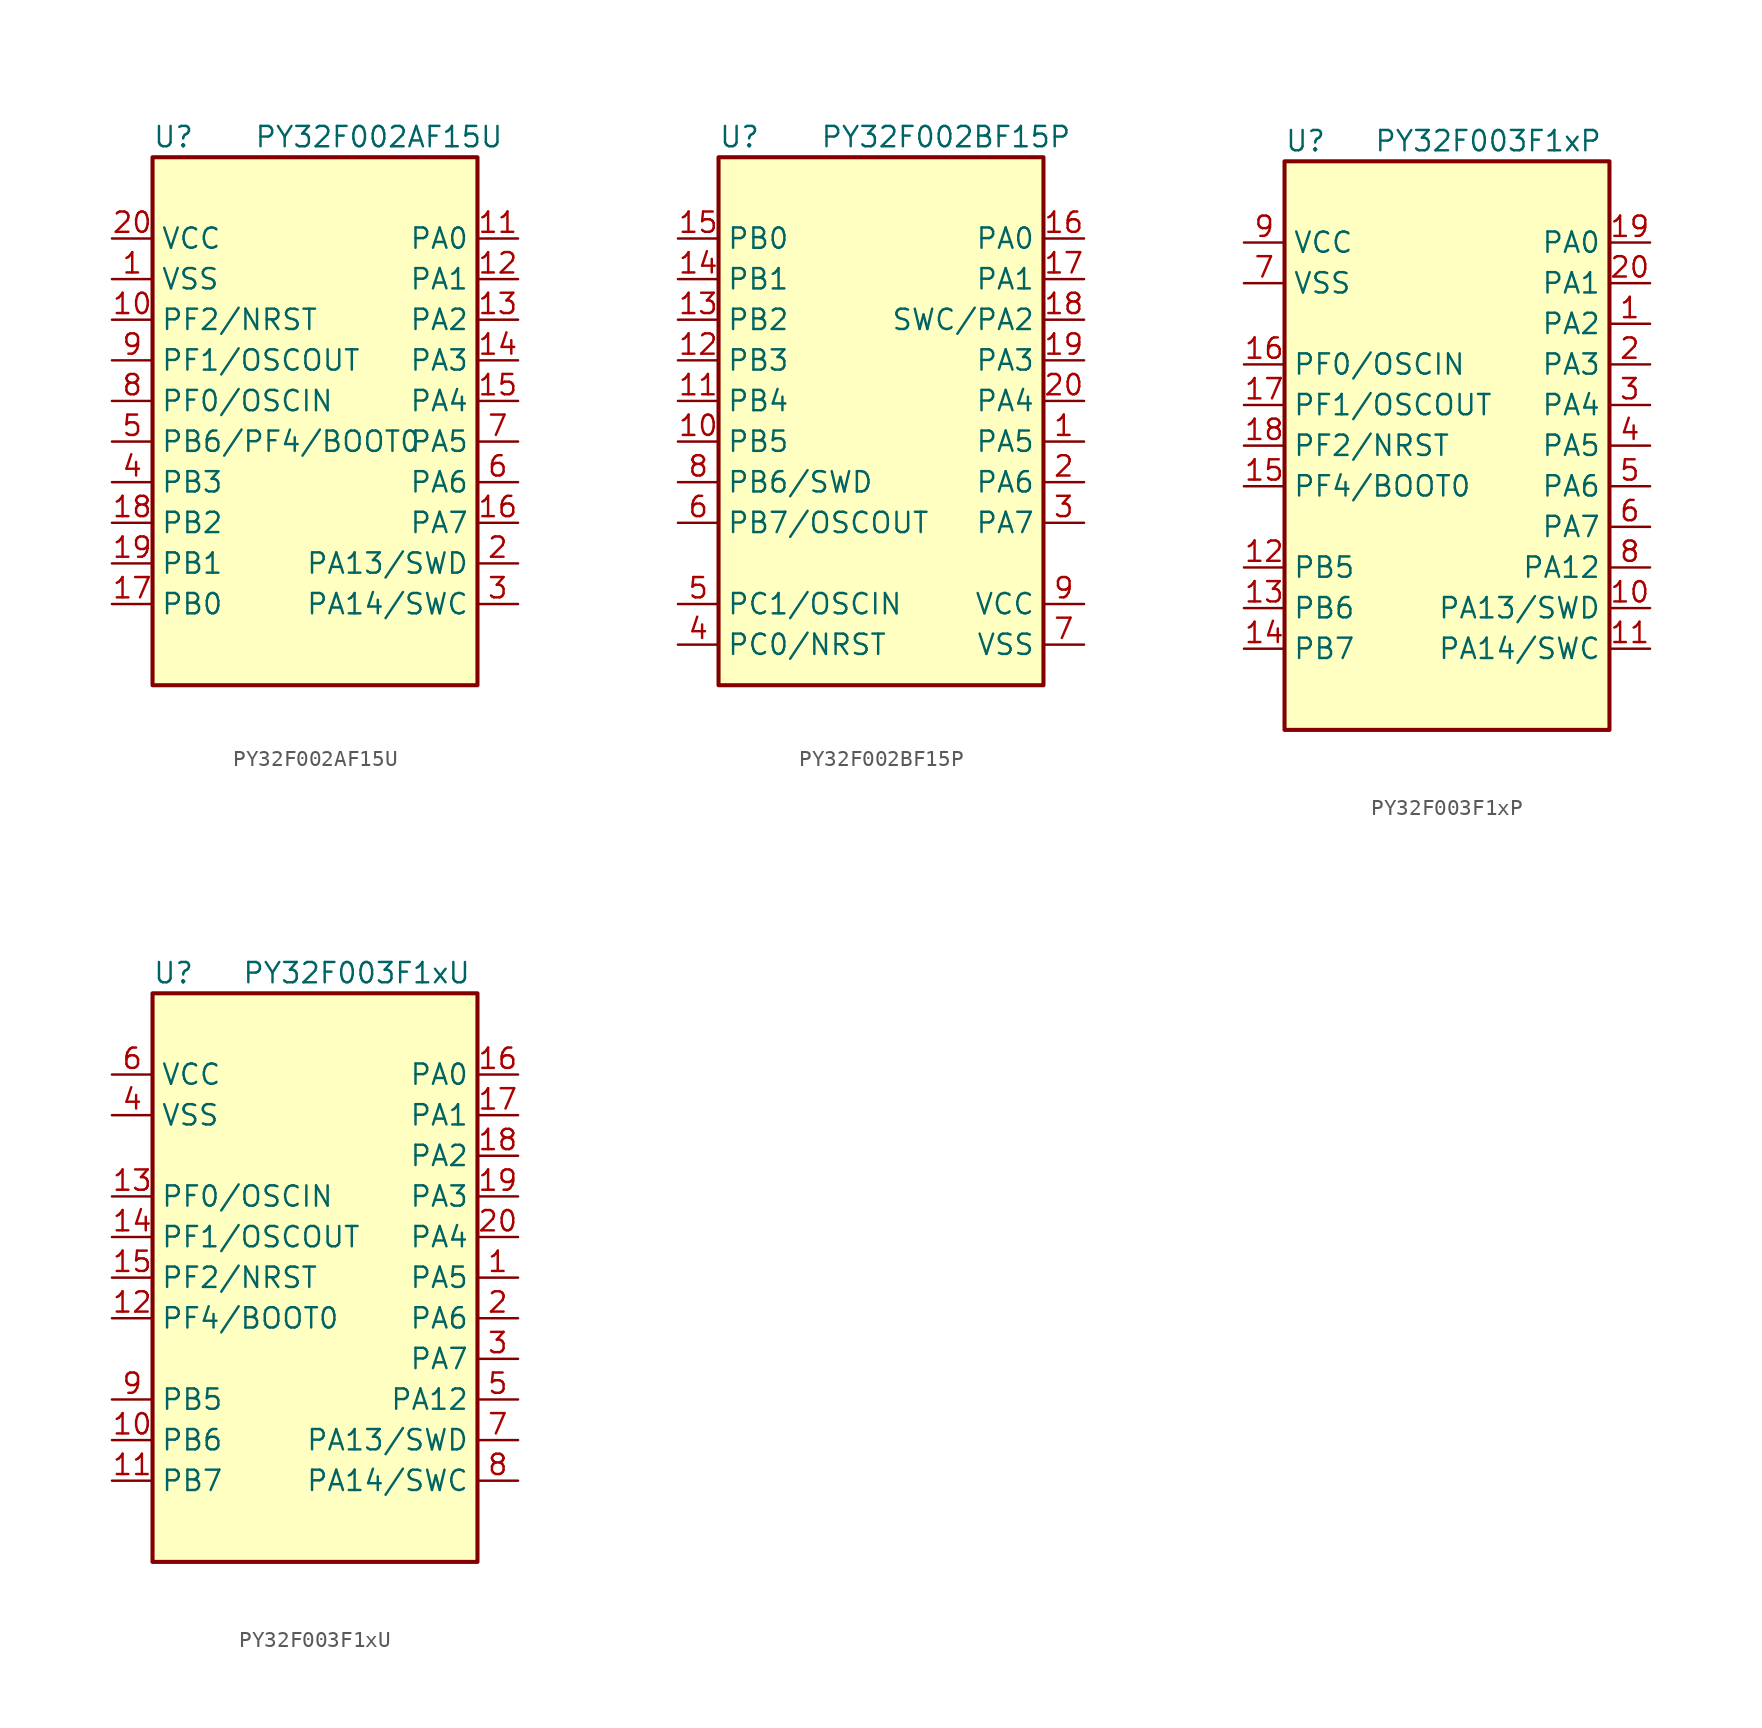
<source format=kicad_sym>
(kicad_symbol_lib
  (version 20231120)
  (generator "kicad_symbol_editor")
  (generator_version "8.0")
  (symbol "PY32F002AF15U"
    (property "Reference" "U"
      (at -10.16 16.51 0)
      (effects (font (size 1.27 1.27)) (justify left)))
    (property "Value" "PY32F002AF15U"
      (at -3.81 16.51 0)
      (effects (font (size 1.27 1.27)) (justify left)))
    (symbol "PY32F002AF15U_0_1"
      (rectangle (start -10.16 15.24) (end 10.16 -17.78) (stroke (width 0.254) (type default)) (fill (type background))))
    (symbol "PY32F002AF15U_1_1"
      (pin power_in line (at -12.7 7.62 0) (length 2.54) (name "VSS" (effects (font (size 1.27 1.27)))) (number "1" (effects (font (size 1.27 1.27)))))
      (pin bidirectional line (at -12.7 5.08 0) (length 2.54) (name "PF2/NRST" (effects (font (size 1.27 1.27)))) (number "10" (effects (font (size 1.27 1.27)))))
      (pin bidirectional line (at 12.7 10.16 180) (length 2.54) (name "PA0" (effects (font (size 1.27 1.27)))) (number "11" (effects (font (size 1.27 1.27)))))
      (pin bidirectional line (at 12.7 7.62 180) (length 2.54) (name "PA1" (effects (font (size 1.27 1.27)))) (number "12" (effects (font (size 1.27 1.27)))))
      (pin bidirectional line (at 12.7 5.08 180) (length 2.54) (name "PA2" (effects (font (size 1.27 1.27)))) (number "13" (effects (font (size 1.27 1.27)))))
      (pin bidirectional line (at 12.7 2.54 180) (length 2.54) (name "PA3" (effects (font (size 1.27 1.27)))) (number "14" (effects (font (size 1.27 1.27)))))
      (pin bidirectional line (at 12.7 0 180) (length 2.54) (name "PA4" (effects (font (size 1.27 1.27)))) (number "15" (effects (font (size 1.27 1.27)))))
      (pin bidirectional line (at 12.7 -7.62 180) (length 2.54) (name "PA7" (effects (font (size 1.27 1.27)))) (number "16" (effects (font (size 1.27 1.27)))))
      (pin bidirectional line (at -12.7 -12.7 0) (length 2.54) (name "PB0" (effects (font (size 1.27 1.27)))) (number "17" (effects (font (size 1.27 1.27)))))
      (pin bidirectional line (at -12.7 -7.62 0) (length 2.54) (name "PB2" (effects (font (size 1.27 1.27)))) (number "18" (effects (font (size 1.27 1.27)))))
      (pin bidirectional line (at -12.7 -10.16 0) (length 2.54) (name "PB1" (effects (font (size 1.27 1.27)))) (number "19" (effects (font (size 1.27 1.27)))))
      (pin bidirectional line (at 12.7 -10.16 180) (length 2.54) (name "PA13/SWD" (effects (font (size 1.27 1.27)))) (number "2" (effects (font (size 1.27 1.27)))))
      (pin power_in line (at -12.7 10.16 0) (length 2.54) (name "VCC" (effects (font (size 1.27 1.27)))) (number "20" (effects (font (size 1.27 1.27)))))
      (pin bidirectional line (at 12.7 -12.7 180) (length 2.54) (name "PA14/SWC" (effects (font (size 1.27 1.27)))) (number "3" (effects (font (size 1.27 1.27)))))
      (pin bidirectional line (at -12.7 -5.08 0) (length 2.54) (name "PB3" (effects (font (size 1.27 1.27)))) (number "4" (effects (font (size 1.27 1.27)))))
      (pin bidirectional line (at -12.7 -2.54 0) (length 2.54) (name "PB6/PF4/BOOT0" (effects (font (size 1.27 1.27)))) (number "5" (effects (font (size 1.27 1.27)))))
      (pin bidirectional line (at 12.7 -5.08 180) (length 2.54) (name "PA6" (effects (font (size 1.27 1.27)))) (number "6" (effects (font (size 1.27 1.27)))))
      (pin bidirectional line (at 12.7 -2.54 180) (length 2.54) (name "PA5" (effects (font (size 1.27 1.27)))) (number "7" (effects (font (size 1.27 1.27)))))
      (pin bidirectional line (at -12.7 0 0) (length 2.54) (name "PF0/OSCIN" (effects (font (size 1.27 1.27)))) (number "8" (effects (font (size 1.27 1.27)))))
      (pin bidirectional line (at -12.7 2.54 0) (length 2.54) (name "PF1/OSCOUT" (effects (font (size 1.27 1.27)))) (number "9" (effects (font (size 1.27 1.27)))))))
  (symbol "PY32F002BF15P"
    (property "Reference" "U"
      (at -10.16 16.51 0)
      (effects (font (size 1.27 1.27)) (justify left)))
    (property "Value" "PY32F002BF15P"
      (at -3.81 16.51 0)
      (effects (font (size 1.27 1.27)) (justify left)))
    (symbol "PY32F002BF15P_0_1"
      (rectangle (start -10.16 15.24) (end 10.16 -17.78) (stroke (width 0.254) (type default)) (fill (type background))))
    (symbol "PY32F002BF15P_1_1"
      (pin bidirectional line (at 12.7 -2.54 180) (length 2.54) (name "PA5" (effects (font (size 1.27 1.27)))) (number "1" (effects (font (size 1.27 1.27)))))
      (pin bidirectional line (at -12.7 -2.54 0) (length 2.54) (name "PB5" (effects (font (size 1.27 1.27)))) (number "10" (effects (font (size 1.27 1.27)))))
      (pin bidirectional line (at -12.7 0 0) (length 2.54) (name "PB4" (effects (font (size 1.27 1.27)))) (number "11" (effects (font (size 1.27 1.27)))))
      (pin bidirectional line (at -12.7 2.54 0) (length 2.54) (name "PB3" (effects (font (size 1.27 1.27)))) (number "12" (effects (font (size 1.27 1.27)))))
      (pin bidirectional line (at -12.7 5.08 0) (length 2.54) (name "PB2" (effects (font (size 1.27 1.27)))) (number "13" (effects (font (size 1.27 1.27)))))
      (pin bidirectional line (at -12.7 7.62 0) (length 2.54) (name "PB1" (effects (font (size 1.27 1.27)))) (number "14" (effects (font (size 1.27 1.27)))))
      (pin bidirectional line (at -12.7 10.16 0) (length 2.54) (name "PB0" (effects (font (size 1.27 1.27)))) (number "15" (effects (font (size 1.27 1.27)))))
      (pin bidirectional line (at 12.7 10.16 180) (length 2.54) (name "PA0" (effects (font (size 1.27 1.27)))) (number "16" (effects (font (size 1.27 1.27)))))
      (pin bidirectional line (at 12.7 7.62 180) (length 2.54) (name "PA1" (effects (font (size 1.27 1.27)))) (number "17" (effects (font (size 1.27 1.27)))))
      (pin bidirectional line (at 12.7 5.08 180) (length 2.54) (name "SWC/PA2" (effects (font (size 1.27 1.27)))) (number "18" (effects (font (size 1.27 1.27)))))
      (pin bidirectional line (at 12.7 2.54 180) (length 2.54) (name "PA3" (effects (font (size 1.27 1.27)))) (number "19" (effects (font (size 1.27 1.27)))))
      (pin bidirectional line (at 12.7 -5.08 180) (length 2.54) (name "PA6" (effects (font (size 1.27 1.27)))) (number "2" (effects (font (size 1.27 1.27)))))
      (pin bidirectional line (at 12.7 0 180) (length 2.54) (name "PA4" (effects (font (size 1.27 1.27)))) (number "20" (effects (font (size 1.27 1.27)))))
      (pin bidirectional line (at 12.7 -7.62 180) (length 2.54) (name "PA7" (effects (font (size 1.27 1.27)))) (number "3" (effects (font (size 1.27 1.27)))))
      (pin bidirectional line (at -12.7 -15.24 0) (length 2.54) (name "PC0/NRST" (effects (font (size 1.27 1.27)))) (number "4" (effects (font (size 1.27 1.27)))))
      (pin bidirectional line (at -12.7 -12.7 0) (length 2.54) (name "PC1/OSCIN" (effects (font (size 1.27 1.27)))) (number "5" (effects (font (size 1.27 1.27)))))
      (pin bidirectional line (at -12.7 -7.62 0) (length 2.54) (name "PB7/OSCOUT" (effects (font (size 1.27 1.27)))) (number "6" (effects (font (size 1.27 1.27)))))
      (pin power_in line (at 12.7 -15.24 180) (length 2.54) (name "VSS" (effects (font (size 1.27 1.27)))) (number "7" (effects (font (size 1.27 1.27)))))
      (pin bidirectional line (at -12.7 -5.08 0) (length 2.54) (name "PB6/SWD" (effects (font (size 1.27 1.27)))) (number "8" (effects (font (size 1.27 1.27)))))
      (pin power_in line (at 12.7 -12.7 180) (length 2.54) (name "VCC" (effects (font (size 1.27 1.27)))) (number "9" (effects (font (size 1.27 1.27)))))))
  (symbol "PY32F003F1xP"
    (property "Reference" "U"
      (at -10.16 19.05 0)
      (effects (font (size 1.27 1.27)) (justify left)))
    (property "Value" "PY32F003F1xP"
      (at -4.572 19.05 0)
      (effects (font (size 1.27 1.27)) (justify left)))
    (symbol "PY32F003F1xP_0_1"
      (rectangle (start -10.16 17.78) (end 10.16 -17.78) (stroke (width 0.254) (type default)) (fill (type background))))
    (symbol "PY32F003F1xP_1_1"
      (pin bidirectional line (at 12.7 7.62 180) (length 2.54) (name "PA2" (effects (font (size 1.27 1.27)))) (number "1" (effects (font (size 1.27 1.27)))))
      (pin bidirectional line (at 12.7 -10.16 180) (length 2.54) (name "PA13/SWD" (effects (font (size 1.27 1.27)))) (number "10" (effects (font (size 1.27 1.27)))))
      (pin bidirectional line (at 12.7 -12.7 180) (length 2.54) (name "PA14/SWC" (effects (font (size 1.27 1.27)))) (number "11" (effects (font (size 1.27 1.27)))))
      (pin bidirectional line (at -12.7 -7.62 0) (length 2.54) (name "PB5" (effects (font (size 1.27 1.27)))) (number "12" (effects (font (size 1.27 1.27)))))
      (pin bidirectional line (at -12.7 -10.16 0) (length 2.54) (name "PB6" (effects (font (size 1.27 1.27)))) (number "13" (effects (font (size 1.27 1.27)))))
      (pin bidirectional line (at -12.7 -12.7 0) (length 2.54) (name "PB7" (effects (font (size 1.27 1.27)))) (number "14" (effects (font (size 1.27 1.27)))))
      (pin bidirectional line (at -12.7 -2.54 0) (length 2.54) (name "PF4/BOOT0" (effects (font (size 1.27 1.27)))) (number "15" (effects (font (size 1.27 1.27)))))
      (pin bidirectional line (at -12.7 5.08 0) (length 2.54) (name "PF0/OSCIN" (effects (font (size 1.27 1.27)))) (number "16" (effects (font (size 1.27 1.27)))))
      (pin bidirectional line (at -12.7 2.54 0) (length 2.54) (name "PF1/OSCOUT" (effects (font (size 1.27 1.27)))) (number "17" (effects (font (size 1.27 1.27)))))
      (pin bidirectional line (at -12.7 0 0) (length 2.54) (name "PF2/NRST" (effects (font (size 1.27 1.27)))) (number "18" (effects (font (size 1.27 1.27)))))
      (pin bidirectional line (at 12.7 12.7 180) (length 2.54) (name "PA0" (effects (font (size 1.27 1.27)))) (number "19" (effects (font (size 1.27 1.27)))))
      (pin bidirectional line (at 12.7 5.08 180) (length 2.54) (name "PA3" (effects (font (size 1.27 1.27)))) (number "2" (effects (font (size 1.27 1.27)))))
      (pin bidirectional line (at 12.7 10.16 180) (length 2.54) (name "PA1" (effects (font (size 1.27 1.27)))) (number "20" (effects (font (size 1.27 1.27)))))
      (pin bidirectional line (at 12.7 2.54 180) (length 2.54) (name "PA4" (effects (font (size 1.27 1.27)))) (number "3" (effects (font (size 1.27 1.27)))))
      (pin bidirectional line (at 12.7 0 180) (length 2.54) (name "PA5" (effects (font (size 1.27 1.27)))) (number "4" (effects (font (size 1.27 1.27)))))
      (pin bidirectional line (at 12.7 -2.54 180) (length 2.54) (name "PA6" (effects (font (size 1.27 1.27)))) (number "5" (effects (font (size 1.27 1.27)))))
      (pin bidirectional line (at 12.7 -5.08 180) (length 2.54) (name "PA7" (effects (font (size 1.27 1.27)))) (number "6" (effects (font (size 1.27 1.27)))))
      (pin power_in line (at -12.7 10.16 0) (length 2.54) (name "VSS" (effects (font (size 1.27 1.27)))) (number "7" (effects (font (size 1.27 1.27)))))
      (pin bidirectional line (at 12.7 -7.62 180) (length 2.54) (name "PA12" (effects (font (size 1.27 1.27)))) (number "8" (effects (font (size 1.27 1.27)))))
      (pin power_in line (at -12.7 12.7 0) (length 2.54) (name "VCC" (effects (font (size 1.27 1.27)))) (number "9" (effects (font (size 1.27 1.27)))))))
  (symbol "PY32F003F1xU"
    (property "Reference" "U"
      (at -10.16 19.05 0)
      (effects (font (size 1.27 1.27)) (justify left)))
    (property "Value" "PY32F003F1xU"
      (at -4.572 19.05 0)
      (effects (font (size 1.27 1.27)) (justify left)))
    (symbol "PY32F003F1xU_0_1"
      (rectangle (start -10.16 17.78) (end 10.16 -17.78) (stroke (width 0.254) (type default)) (fill (type background))))
    (symbol "PY32F003F1xU_1_1"
      (pin bidirectional line (at 12.7 0 180) (length 2.54) (name "PA5" (effects (font (size 1.27 1.27)))) (number "1" (effects (font (size 1.27 1.27)))))
      (pin bidirectional line (at -12.7 -10.16 0) (length 2.54) (name "PB6" (effects (font (size 1.27 1.27)))) (number "10" (effects (font (size 1.27 1.27)))))
      (pin bidirectional line (at -12.7 -12.7 0) (length 2.54) (name "PB7" (effects (font (size 1.27 1.27)))) (number "11" (effects (font (size 1.27 1.27)))))
      (pin bidirectional line (at -12.7 -2.54 0) (length 2.54) (name "PF4/BOOT0" (effects (font (size 1.27 1.27)))) (number "12" (effects (font (size 1.27 1.27)))))
      (pin bidirectional line (at -12.7 5.08 0) (length 2.54) (name "PF0/OSCIN" (effects (font (size 1.27 1.27)))) (number "13" (effects (font (size 1.27 1.27)))))
      (pin bidirectional line (at -12.7 2.54 0) (length 2.54) (name "PF1/OSCOUT" (effects (font (size 1.27 1.27)))) (number "14" (effects (font (size 1.27 1.27)))))
      (pin bidirectional line (at -12.7 0 0) (length 2.54) (name "PF2/NRST" (effects (font (size 1.27 1.27)))) (number "15" (effects (font (size 1.27 1.27)))))
      (pin bidirectional line (at 12.7 12.7 180) (length 2.54) (name "PA0" (effects (font (size 1.27 1.27)))) (number "16" (effects (font (size 1.27 1.27)))))
      (pin bidirectional line (at 12.7 10.16 180) (length 2.54) (name "PA1" (effects (font (size 1.27 1.27)))) (number "17" (effects (font (size 1.27 1.27)))))
      (pin bidirectional line (at 12.7 7.62 180) (length 2.54) (name "PA2" (effects (font (size 1.27 1.27)))) (number "18" (effects (font (size 1.27 1.27)))))
      (pin bidirectional line (at 12.7 5.08 180) (length 2.54) (name "PA3" (effects (font (size 1.27 1.27)))) (number "19" (effects (font (size 1.27 1.27)))))
      (pin bidirectional line (at 12.7 -2.54 180) (length 2.54) (name "PA6" (effects (font (size 1.27 1.27)))) (number "2" (effects (font (size 1.27 1.27)))))
      (pin bidirectional line (at 12.7 2.54 180) (length 2.54) (name "PA4" (effects (font (size 1.27 1.27)))) (number "20" (effects (font (size 1.27 1.27)))))
      (pin power_in line (at -12.7 10.16 0) (length 2.54) hide (name "VSS" (effects (font (size 1.27 1.27)))) (number "21" (effects (font (size 1.27 1.27)))))
      (pin bidirectional line (at 12.7 -5.08 180) (length 2.54) (name "PA7" (effects (font (size 1.27 1.27)))) (number "3" (effects (font (size 1.27 1.27)))))
      (pin power_in line (at -12.7 10.16 0) (length 2.54) (name "VSS" (effects (font (size 1.27 1.27)))) (number "4" (effects (font (size 1.27 1.27)))))
      (pin bidirectional line (at 12.7 -7.62 180) (length 2.54) (name "PA12" (effects (font (size 1.27 1.27)))) (number "5" (effects (font (size 1.27 1.27)))))
      (pin power_in line (at -12.7 12.7 0) (length 2.54) (name "VCC" (effects (font (size 1.27 1.27)))) (number "6" (effects (font (size 1.27 1.27)))))
      (pin bidirectional line (at 12.7 -10.16 180) (length 2.54) (name "PA13/SWD" (effects (font (size 1.27 1.27)))) (number "7" (effects (font (size 1.27 1.27)))))
      (pin bidirectional line (at 12.7 -12.7 180) (length 2.54) (name "PA14/SWC" (effects (font (size 1.27 1.27)))) (number "8" (effects (font (size 1.27 1.27)))))
      (pin bidirectional line (at -12.7 -7.62 0) (length 2.54) (name "PB5" (effects (font (size 1.27 1.27)))) (number "9" (effects (font (size 1.27 1.27))))))))
</source>
